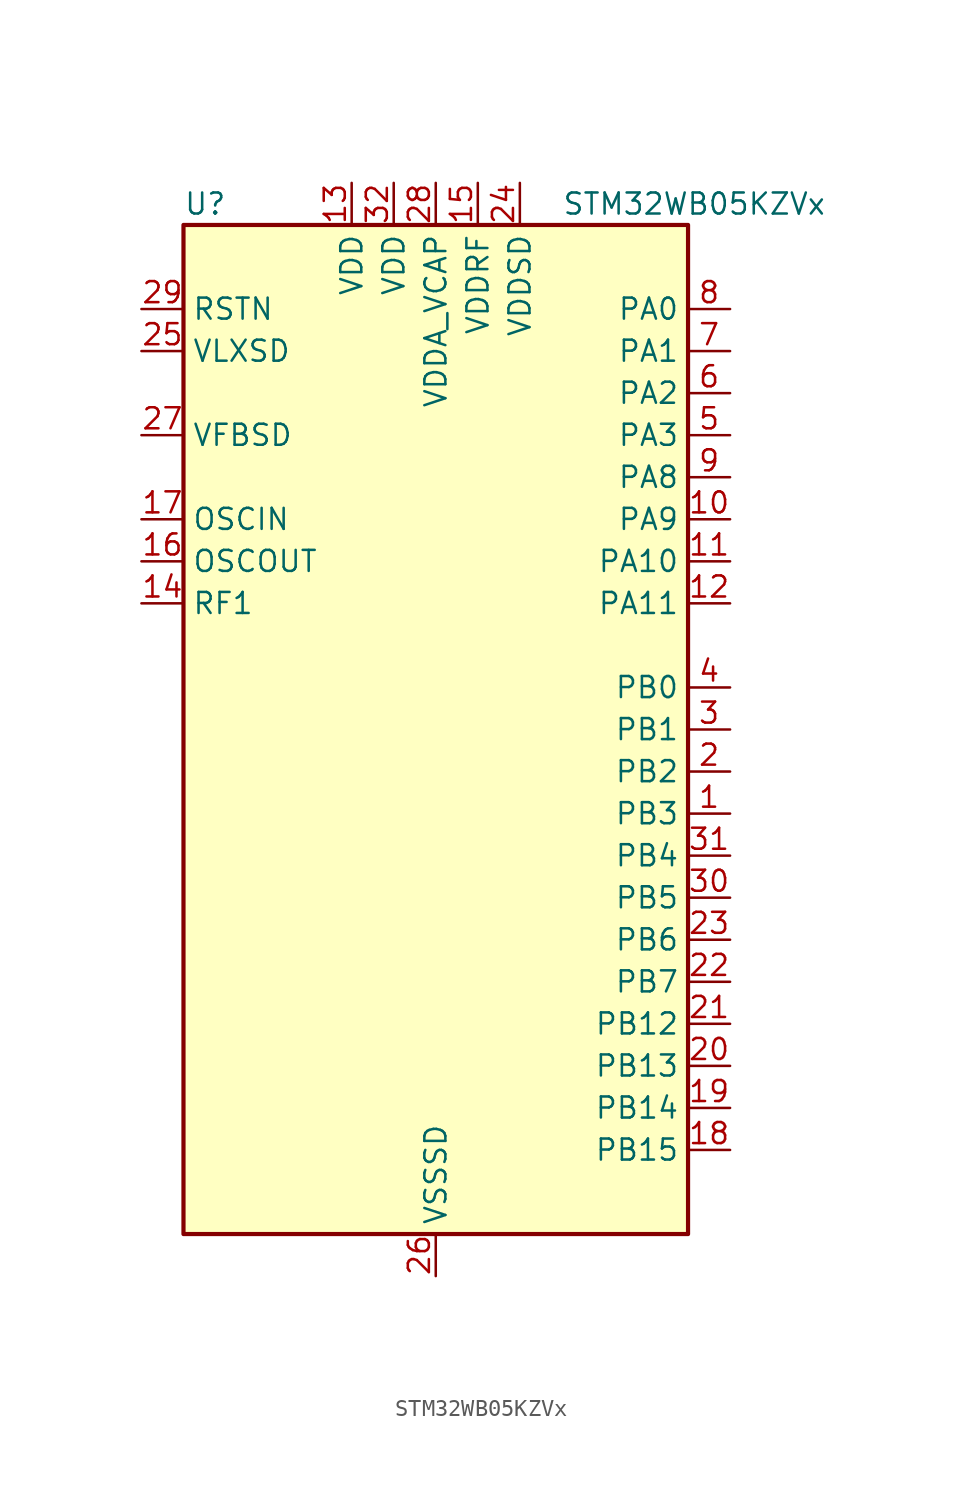
<source format=kicad_sym>
(kicad_symbol_lib
  (version 20231120)
  (generator "kicad-library-utils")
  (generator_version "8.0")
  (symbol "STM32WB05KZVx"
    (property "Reference" "U"
      (at -15.24 31.75 0)
      (effects (font (size 1.27 1.27)) (justify left)))
    (property "Value" "STM32WB05KZVx"
      (at 7.62 31.75 0)
      (effects (font (size 1.27 1.27)) (justify left)))
    (symbol "STM32WB05KZVx_0_1"
      (rectangle (start -15.24 -30.48) (end 15.24 30.48) (stroke (width 0.254) (type default)) (fill (type background))))
    (symbol "STM32WB05KZVx_1_1"
      (pin bidirectional line (at 17.78 -5.08 180) (length 2.54) (name "PB3" (effects (font (size 1.27 1.27)))) (number "1" (effects (font (size 1.27 1.27)))) (alternate "ADC1_VINP0" bidirectional line) (alternate "I2S3_SCK" bidirectional line) (alternate "LPUART1_TX" bidirectional line) (alternate "PWR_WKUP3" bidirectional line) (alternate "RADIO_ANTENNA_ID_3" bidirectional line) (alternate "SPI3_SCK" bidirectional line) (alternate "TIM17_CH1" bidirectional line) (alternate "TIM2_CH4" bidirectional line) (alternate "USART1_CTS" bidirectional line))
      (pin bidirectional line (at 17.78 12.7 180) (length 2.54) (name "PA9" (effects (font (size 1.27 1.27)))) (number "10" (effects (font (size 1.27 1.27)))) (alternate "I2S3_WS" bidirectional line) (alternate "PWR_WKUP9" bidirectional line) (alternate "RTC_OUT" bidirectional line) (alternate "SPI3_NSS" bidirectional line) (alternate "TIM17_CH1" bidirectional line) (alternate "TIM2_CH4" bidirectional line) (alternate "USART1_TX" bidirectional line))
      (pin bidirectional line (at 17.78 10.16 180) (length 2.54) (name "PA10" (effects (font (size 1.27 1.27)))) (number "11" (effects (font (size 1.27 1.27)))) (alternate "I2S3_MCK" bidirectional line) (alternate "LPUART1_CTS" bidirectional line) (alternate "PWR_WKUP10" bidirectional line) (alternate "RADIO_TX_SEQUENCE" bidirectional line) (alternate "RCC_LCO" bidirectional line) (alternate "TIM17_CH1N" bidirectional line))
      (pin bidirectional line (at 17.78 7.62 180) (length 2.54) (name "PA11" (effects (font (size 1.27 1.27)))) (number "12" (effects (font (size 1.27 1.27)))) (alternate "I2S3_SD" bidirectional line) (alternate "PWR_WKUP11" bidirectional line) (alternate "RADIO_RX_SEQUENCE" bidirectional line) (alternate "RCC_MCO" bidirectional line) (alternate "SPI3_MOSI" bidirectional line) (alternate "TIM17_BK" bidirectional line))
      (pin power_in line (at -5.08 33.02 270) (length 2.54) (name "VDD" (effects (font (size 1.27 1.27)))) (number "13" (effects (font (size 1.27 1.27)))))
      (pin bidirectional line (at -17.78 7.62 0) (length 2.54) (name "RF1" (effects (font (size 1.27 1.27)))) (number "14" (effects (font (size 1.27 1.27)))) (alternate "RADIO_RF1" bidirectional line))
      (pin power_in line (at 2.54 33.02 270) (length 2.54) (name "VDDRF" (effects (font (size 1.27 1.27)))) (number "15" (effects (font (size 1.27 1.27)))))
      (pin bidirectional line (at -17.78 10.16 0) (length 2.54) (name "OSCOUT" (effects (font (size 1.27 1.27)))) (number "16" (effects (font (size 1.27 1.27)))) (alternate "RCC_OSC_OUT" bidirectional line))
      (pin bidirectional line (at -17.78 12.7 0) (length 2.54) (name "OSCIN" (effects (font (size 1.27 1.27)))) (number "17" (effects (font (size 1.27 1.27)))) (alternate "RCC_OSC_IN" bidirectional line))
      (pin bidirectional line (at 17.78 -25.4 180) (length 2.54) (name "PB15" (effects (font (size 1.27 1.27)))) (number "18" (effects (font (size 1.27 1.27)))) (alternate "PWR_WKUP19" bidirectional line) (alternate "USART1_TX" bidirectional line))
      (pin bidirectional line (at 17.78 -22.86 180) (length 2.54) (name "PB14" (effects (font (size 1.27 1.27)))) (number "19" (effects (font (size 1.27 1.27)))) (alternate "I2C1_SDA" bidirectional line) (alternate "PWR_PVD_IN" bidirectional line) (alternate "PWR_WKUP18" bidirectional line) (alternate "RADIO_TX_SEQUENCE" bidirectional line) (alternate "RCC_MCO" bidirectional line) (alternate "TIM2_ETR" bidirectional line) (alternate "USART1_RX" bidirectional line))
      (pin bidirectional line (at 17.78 -2.54 180) (length 2.54) (name "PB2" (effects (font (size 1.27 1.27)))) (number "2" (effects (font (size 1.27 1.27)))) (alternate "ADC1_VINM0" bidirectional line) (alternate "PWR_WKUP2" bidirectional line) (alternate "RADIO_ANTENNA_ID_2" bidirectional line) (alternate "TIM16_BK" bidirectional line) (alternate "TIM2_CH3" bidirectional line) (alternate "USART1_DE" bidirectional line) (alternate "USART1_RTS" bidirectional line))
      (pin bidirectional line (at 17.78 -20.32 180) (length 2.54) (name "PB13" (effects (font (size 1.27 1.27)))) (number "20" (effects (font (size 1.27 1.27)))) (alternate "PWR_WKUP17" bidirectional line) (alternate "RCC_OSC32_IN" bidirectional line) (alternate "TIM2_CH4" bidirectional line))
      (pin bidirectional line (at 17.78 -17.78 180) (length 2.54) (name "PB12" (effects (font (size 1.27 1.27)))) (number "21" (effects (font (size 1.27 1.27)))) (alternate "LPUART1_CTS" bidirectional line) (alternate "PWR_WKUP16" bidirectional line) (alternate "RCC_LCO" bidirectional line) (alternate "RCC_OSC32_OUT" bidirectional line) (alternate "TIM2_CH3" bidirectional line))
      (pin bidirectional line (at 17.78 -15.24 180) (length 2.54) (name "PB7" (effects (font (size 1.27 1.27)))) (number "22" (effects (font (size 1.27 1.27)))) (alternate "I2C1_SDA" bidirectional line) (alternate "LPUART1_RX" bidirectional line) (alternate "PWR_WKUP7" bidirectional line) (alternate "RADIO_ACTIVITY" bidirectional line) (alternate "TIM2_CH2" bidirectional line) (alternate "USART1_CTS" bidirectional line))
      (pin bidirectional line (at 17.78 -12.7 180) (length 2.54) (name "PB6" (effects (font (size 1.27 1.27)))) (number "23" (effects (font (size 1.27 1.27)))) (alternate "I2C1_SCL" bidirectional line) (alternate "LPUART1_TX" bidirectional line) (alternate "PWR_WKUP6" bidirectional line) (alternate "RADIO_ANTENNA_ID_6" bidirectional line) (alternate "TIM17_CH1" bidirectional line) (alternate "TIM2_CH1" bidirectional line))
      (pin power_in line (at 5.08 33.02 270) (length 2.54) (name "VDDSD" (effects (font (size 1.27 1.27)))) (number "24" (effects (font (size 1.27 1.27)))))
      (pin power_in line (at -17.78 22.86 0) (length 2.54) (name "VLXSD" (effects (font (size 1.27 1.27)))) (number "25" (effects (font (size 1.27 1.27)))))
      (pin power_in line (at 0 -33.02 90) (length 2.54) (name "VSSSD" (effects (font (size 1.27 1.27)))) (number "26" (effects (font (size 1.27 1.27)))))
      (pin input line (at -17.78 17.78 0) (length 2.54) (name "VFBSD" (effects (font (size 1.27 1.27)))) (number "27" (effects (font (size 1.27 1.27)))))
      (pin power_in line (at 0 33.02 270) (length 2.54) (name "VDDA_VCAP" (effects (font (size 1.27 1.27)))) (number "28" (effects (font (size 1.27 1.27)))))
      (pin power_in line (at -17.78 25.4 0) (length 2.54) (name "RSTN" (effects (font (size 1.27 1.27)))) (number "29" (effects (font (size 1.27 1.27)))))
      (pin bidirectional line (at 17.78 0 180) (length 2.54) (name "PB1" (effects (font (size 1.27 1.27)))) (number "3" (effects (font (size 1.27 1.27)))) (alternate "ADC1_VINP1" bidirectional line) (alternate "PWR_WKUP1" bidirectional line) (alternate "RADIO_ANTENNA_ID_1" bidirectional line) (alternate "TIM16_CH1N" bidirectional line) (alternate "TIM2_ETR" bidirectional line) (alternate "USART1_CK" bidirectional line))
      (pin bidirectional line (at 17.78 -10.16 180) (length 2.54) (name "PB5" (effects (font (size 1.27 1.27)))) (number "30" (effects (font (size 1.27 1.27)))) (alternate "ADC1_VINP3" bidirectional line) (alternate "LPUART1_RX" bidirectional line) (alternate "PWR_WKUP5" bidirectional line) (alternate "RADIO_ANTENNA_ID_5" bidirectional line) (alternate "TIM17_BK" bidirectional line) (alternate "TIM2_CH2" bidirectional line))
      (pin bidirectional line (at 17.78 -7.62 180) (length 2.54) (name "PB4" (effects (font (size 1.27 1.27)))) (number "31" (effects (font (size 1.27 1.27)))) (alternate "ADC1_VINM3" bidirectional line) (alternate "LPUART1_TX" bidirectional line) (alternate "PWR_WKUP4" bidirectional line) (alternate "RADIO_ANTENNA_ID_4" bidirectional line) (alternate "TIM17_CH1N" bidirectional line) (alternate "TIM2_CH1" bidirectional line))
      (pin power_in line (at -2.54 33.02 270) (length 2.54) (name "VDD" (effects (font (size 1.27 1.27)))) (number "32" (effects (font (size 1.27 1.27)))))
      (pin bidirectional line (at 17.78 2.54 180) (length 2.54) (name "PB0" (effects (font (size 1.27 1.27)))) (number "4" (effects (font (size 1.27 1.27)))) (alternate "ADC1_VINM1" bidirectional line) (alternate "LPUART1_DE" bidirectional line) (alternate "LPUART1_RTS" bidirectional line) (alternate "PWR_WKUP0" bidirectional line) (alternate "RADIO_ANTENNA_ID_0" bidirectional line) (alternate "TIM16_CH1" bidirectional line) (alternate "USART1_RX" bidirectional line))
      (pin bidirectional line (at 17.78 17.78 180) (length 2.54) (name "PA3" (effects (font (size 1.27 1.27)))) (number "5" (effects (font (size 1.27 1.27)))) (alternate "ADC1_VINP2" bidirectional line) (alternate "DEBUG_SWCLK" bidirectional line) (alternate "I2S3_SCK" bidirectional line) (alternate "PWR_WKUP15" bidirectional line) (alternate "SPI3_SCK" bidirectional line) (alternate "TIM16_CH1N" bidirectional line) (alternate "TIM2_CH2" bidirectional line) (alternate "USART1_DE" bidirectional line) (alternate "USART1_RTS" bidirectional line))
      (pin bidirectional line (at 17.78 20.32 180) (length 2.54) (name "PA2" (effects (font (size 1.27 1.27)))) (number "6" (effects (font (size 1.27 1.27)))) (alternate "ADC1_VINM2" bidirectional line) (alternate "DEBUG_SWDIO" bidirectional line) (alternate "I2S3_MCK" bidirectional line) (alternate "PWR_WKUP14" bidirectional line) (alternate "TIM16_CH1" bidirectional line) (alternate "TIM2_CH1" bidirectional line) (alternate "USART1_CK" bidirectional line))
      (pin bidirectional line (at 17.78 22.86 180) (length 2.54) (name "PA1" (effects (font (size 1.27 1.27)))) (number "7" (effects (font (size 1.27 1.27)))) (alternate "I2C1_SDA" bidirectional line) (alternate "IR_OUT" bidirectional line) (alternate "PWR_WKUP13" bidirectional line) (alternate "TIM2_CH4" bidirectional line) (alternate "USART1_TX" bidirectional line))
      (pin bidirectional line (at 17.78 25.4 180) (length 2.54) (name "PA0" (effects (font (size 1.27 1.27)))) (number "8" (effects (font (size 1.27 1.27)))) (alternate "I2C1_SCL" bidirectional line) (alternate "IR_OUT" bidirectional line) (alternate "PWR_WKUP12" bidirectional line) (alternate "TIM2_CH3" bidirectional line) (alternate "USART1_CTS" bidirectional line))
      (pin bidirectional line (at 17.78 15.24 180) (length 2.54) (name "PA8" (effects (font (size 1.27 1.27)))) (number "9" (effects (font (size 1.27 1.27)))) (alternate "PWR_WKUP8" bidirectional line) (alternate "RADIO_RX_SEQUENCE" bidirectional line) (alternate "RTC_OUT" bidirectional line) (alternate "SPI3_MISO" bidirectional line) (alternate "TIM16_BK" bidirectional line) (alternate "TIM2_CH3" bidirectional line) (alternate "USART1_RX" bidirectional line)))))
</source>
